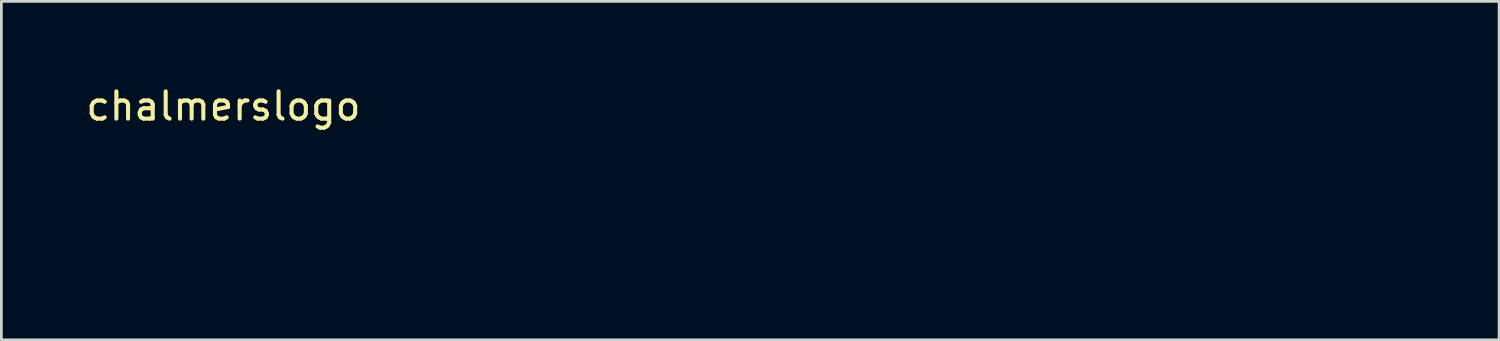
<source format=kicad_pcb>
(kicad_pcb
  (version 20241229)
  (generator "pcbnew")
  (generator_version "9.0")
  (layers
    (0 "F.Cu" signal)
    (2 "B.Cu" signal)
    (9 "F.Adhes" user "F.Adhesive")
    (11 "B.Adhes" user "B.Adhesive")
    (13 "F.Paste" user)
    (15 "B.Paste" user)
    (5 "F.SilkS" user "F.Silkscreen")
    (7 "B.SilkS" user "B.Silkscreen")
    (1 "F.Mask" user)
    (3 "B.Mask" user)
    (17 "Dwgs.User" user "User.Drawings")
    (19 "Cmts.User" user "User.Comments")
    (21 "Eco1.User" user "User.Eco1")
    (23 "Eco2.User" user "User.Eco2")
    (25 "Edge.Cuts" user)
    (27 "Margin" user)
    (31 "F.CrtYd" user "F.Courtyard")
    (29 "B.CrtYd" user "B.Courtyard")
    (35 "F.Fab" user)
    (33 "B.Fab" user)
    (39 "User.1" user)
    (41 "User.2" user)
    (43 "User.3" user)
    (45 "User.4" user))
  (footprint "chalmerslogo"
    (layer "F.Cu")
    (at 5.149 1.348)
    (property "Reference" "chalmerslogo" (at 0 -0.5 0) (unlocked yes) (layer "F.SilkS") (effects (font (size 1 1) (thickness 0.15))))
    (attr smd)
    (fp_poly (pts (xy 18.838 4.092) (xy 21.096 4.092) (xy 21.096 4.939) (xy 17.709 4.939) (xy 17.709 0.423) (xy 18.838 0.423)) (stroke (width 0) (type solid)) (fill yes) (layer "F.Mask"))
    (fp_poly (pts (xy 32.949 1.27) (xy 29.916 1.27) (xy 29.916 2.258) (xy 32.597 2.258) (xy 32.597 3.034) (xy 29.916 3.034) (xy 29.916 4.092) (xy 33.091 4.092) (xy 33.091 4.939) (xy 28.787 4.939) (xy 28.787 0.423) (xy 32.949 0.423)) (stroke (width 0) (type solid)) (fill yes) (layer "F.Mask"))
    (fp_poly (pts (xy 7.267 2.187) (xy 8.594 2.173) (xy 9.913 2.152) (xy 9.934 1.284) (xy 9.955 0.423) (xy 11.007 0.423) (xy 11.007 4.939) (xy 9.948 4.939) (xy 9.948 3.034) (xy 7.267 3.034) (xy 7.267 4.939) (xy 6.138 4.939) (xy 6.138 0.423) (xy 7.267 0.423)) (stroke (width 0) (type solid)) (fill yes) (layer "F.Mask"))
    (fp_poly (pts (xy 14.344 0.445) (xy 14.965 0.459) (xy 16.051 2.695) (xy 17.131 4.939) (xy 15.84 4.939) (xy 15.628 4.445) (xy 15.416 3.951) (xy 13.229 3.951) (xy 13.025 4.445) (xy 12.813 4.939) (xy 11.571 4.939) (xy 11.656 4.734) (xy 12.01 3.986) (xy 12.43 3.111) (xy 13.631 3.111) (xy 13.633 3.118) (xy 13.641 3.124) (xy 13.678 3.136) (xy 13.739 3.146) (xy 13.82 3.155) (xy 14.026 3.168) (xy 14.267 3.176) (xy 14.512 3.177) (xy 14.732 3.172) (xy 14.822 3.167) (xy 14.895 3.16) (xy 14.946 3.151) (xy 14.962 3.145) (xy 14.972 3.14) (xy 14.974 3.131) (xy 14.973 3.115) (xy 14.969 3.092) (xy 14.961 3.063) (xy 14.938 2.988) (xy 14.904 2.892) (xy 14.86 2.778) (xy 14.808 2.651) (xy 14.749 2.511) (xy 14.683 2.364) (xy 14.617 2.214) (xy 14.555 2.075) (xy 14.497 1.949) (xy 14.444 1.84) (xy 14.399 1.749) (xy 14.38 1.712) (xy 14.363 1.681) (xy 14.349 1.656) (xy 14.337 1.638) (xy 14.328 1.627) (xy 14.325 1.624) (xy 14.323 1.623) (xy 14.312 1.636) (xy 14.29 1.673) (xy 14.22 1.81) (xy 14.011 2.245) (xy 13.786 2.742) (xy 13.694 2.954) (xy 13.631 3.111) (xy 12.43 3.111) (xy 12.735 2.477) (xy 13.723 0.423)) (stroke (width 0) (type solid)) (fill yes) (layer "F.Mask"))
    (fp_poly (pts (xy 24.017 1.912) (xy 24.26 2.497) (xy 24.464 2.998) (xy 24.609 3.36) (xy 24.653 3.471) (xy 24.673 3.528) (xy 24.677 3.542) (xy 24.682 3.556) (xy 24.687 3.57) (xy 24.691 3.583) (xy 24.697 3.595) (xy 24.702 3.607) (xy 24.707 3.617) (xy 24.71 3.623) (xy 24.713 3.627) (xy 24.716 3.632) (xy 24.719 3.637) (xy 24.721 3.641) (xy 24.724 3.645) (xy 24.727 3.648) (xy 24.73 3.652) (xy 24.733 3.655) (xy 24.736 3.658) (xy 24.739 3.66) (xy 24.741 3.663) (xy 24.744 3.664) (xy 24.747 3.666) (xy 24.75 3.667) (xy 24.753 3.668) (xy 24.755 3.669) (xy 24.758 3.669) (xy 24.765 3.66) (xy 24.78 3.636) (xy 24.827 3.54) (xy 24.985 3.191) (xy 25.207 2.675) (xy 25.471 2.046) (xy 26.141 0.423) (xy 27.728 0.423) (xy 27.728 4.939) (xy 26.67 4.939) (xy 26.656 3.309) (xy 26.635 1.679) (xy 25.964 3.288) (xy 25.294 4.904) (xy 24.765 4.925) (xy 24.236 4.939) (xy 23.566 3.344) (xy 23.302 2.724) (xy 23.184 2.45) (xy 23.079 2.21) (xy 22.989 2.011) (xy 22.919 1.858) (xy 22.87 1.759) (xy 22.855 1.732) (xy 22.846 1.722) (xy 22.843 1.722) (xy 22.839 1.726) (xy 22.833 1.747) (xy 22.822 1.836) (xy 22.813 1.98) (xy 22.804 2.174) (xy 22.793 2.683) (xy 22.789 3.309) (xy 22.789 4.939) (xy 21.731 4.939) (xy 21.731 0.423) (xy 23.389 0.423)) (stroke (width 0) (type solid)) (fill yes) (layer "F.Mask"))
    (fp_poly (pts (xy 35.828 0.437) (xy 36.445 0.445) (xy 36.696 0.448) (xy 36.914 0.452) (xy 37.101 0.457) (xy 37.261 0.463) (xy 37.396 0.47) (xy 37.456 0.474) (xy 37.51 0.478) (xy 37.56 0.483) (xy 37.606 0.488) (xy 37.647 0.494) (xy 37.686 0.501) (xy 37.721 0.508) (xy 37.754 0.515) (xy 37.785 0.524) (xy 37.813 0.533) (xy 37.841 0.542) (xy 37.867 0.553) (xy 37.892 0.564) (xy 37.917 0.577) (xy 37.968 0.604) (xy 38.022 0.635) (xy 38.105 0.685) (xy 38.182 0.738) (xy 38.254 0.795) (xy 38.319 0.856) (xy 38.378 0.921) (xy 38.432 0.989) (xy 38.479 1.062) (xy 38.521 1.138) (xy 38.556 1.218) (xy 38.586 1.301) (xy 38.61 1.389) (xy 38.629 1.48) (xy 38.641 1.576) (xy 38.648 1.674) (xy 38.648 1.777) (xy 38.643 1.884) (xy 38.631 1.998) (xy 38.613 2.107) (xy 38.602 2.158) (xy 38.589 2.209) (xy 38.575 2.257) (xy 38.559 2.305) (xy 38.542 2.35) (xy 38.523 2.394) (xy 38.502 2.437) (xy 38.48 2.479) (xy 38.457 2.519) (xy 38.431 2.557) (xy 38.404 2.594) (xy 38.376 2.63) (xy 38.346 2.664) (xy 38.314 2.697) (xy 38.281 2.729) (xy 38.246 2.759) (xy 38.209 2.789) (xy 38.171 2.816) (xy 38.13 2.843) (xy 38.089 2.868) (xy 38.045 2.892) (xy 38 2.915) (xy 37.904 2.957) (xy 37.801 2.994) (xy 37.691 3.027) (xy 37.665 3.035) (xy 37.644 3.044) (xy 37.628 3.056) (xy 37.622 3.063) (xy 37.617 3.071) (xy 37.615 3.081) (xy 37.613 3.091) (xy 37.616 3.117) (xy 37.626 3.148) (xy 37.644 3.188) (xy 37.671 3.237) (xy 37.706 3.295) (xy 37.751 3.365) (xy 37.807 3.447) (xy 37.951 3.65) (xy 38.142 3.916) (xy 38.383 4.252) (xy 38.592 4.54) (xy 38.746 4.749) (xy 38.794 4.814) (xy 38.82 4.847) (xy 38.828 4.86) (xy 38.832 4.871) (xy 38.831 4.882) (xy 38.824 4.891) (xy 38.812 4.9) (xy 38.795 4.907) (xy 38.771 4.914) (xy 38.74 4.919) (xy 38.703 4.924) (xy 38.659 4.928) (xy 38.548 4.934) (xy 38.405 4.938) (xy 38.227 4.939) (xy 37.564 4.939) (xy 36.943 4.022) (xy 36.322 3.104) (xy 35.066 3.104) (xy 35.066 4.939) (xy 33.937 4.939) (xy 33.937 1.185) (xy 35.066 1.185) (xy 35.066 2.328) (xy 36.075 2.328) (xy 36.27 2.328) (xy 36.446 2.325) (xy 36.603 2.321) (xy 36.675 2.318) (xy 36.743 2.315) (xy 36.807 2.311) (xy 36.867 2.306) (xy 36.924 2.3) (xy 36.976 2.294) (xy 37.026 2.287) (xy 37.072 2.279) (xy 37.115 2.271) (xy 37.155 2.261) (xy 37.191 2.251) (xy 37.226 2.24) (xy 37.257 2.227) (xy 37.286 2.214) (xy 37.313 2.2) (xy 37.338 2.184) (xy 37.36 2.168) (xy 37.381 2.15) (xy 37.4 2.131) (xy 37.417 2.111) (xy 37.432 2.089) (xy 37.447 2.066) (xy 37.46 2.042) (xy 37.472 2.017) (xy 37.483 1.99) (xy 37.493 1.961) (xy 37.5 1.941) (xy 37.505 1.919) (xy 37.51 1.896) (xy 37.513 1.873) (xy 37.515 1.85) (xy 37.516 1.826) (xy 37.516 1.801) (xy 37.515 1.776) (xy 37.514 1.751) (xy 37.511 1.726) (xy 37.502 1.676) (xy 37.491 1.626) (xy 37.476 1.577) (xy 37.458 1.53) (xy 37.437 1.485) (xy 37.426 1.463) (xy 37.414 1.442) (xy 37.401 1.423) (xy 37.388 1.404) (xy 37.374 1.386) (xy 37.36 1.37) (xy 37.346 1.354) (xy 37.331 1.34) (xy 37.316 1.327) (xy 37.3 1.316) (xy 37.284 1.306) (xy 37.267 1.298) (xy 37.221 1.287) (xy 37.137 1.276) (xy 37.021 1.265) (xy 36.877 1.253) (xy 36.522 1.232) (xy 36.11 1.214) (xy 35.066 1.185) (xy 33.937 1.185) (xy 33.937 0.416)) (stroke (width 0) (type solid)) (fill yes) (layer "F.Mask"))
    (fp_poly (pts (xy 3.067 0.302) (xy 3.219 0.308) (xy 3.371 0.319) (xy 3.521 0.335) (xy 3.668 0.356) (xy 3.813 0.382) (xy 3.954 0.413) (xy 4.09 0.448) (xy 4.222 0.488) (xy 4.347 0.533) (xy 4.467 0.582) (xy 4.579 0.635) (xy 4.643 0.669) (xy 4.711 0.71) (xy 4.781 0.757) (xy 4.852 0.808) (xy 4.924 0.863) (xy 4.995 0.921) (xy 5.064 0.981) (xy 5.13 1.042) (xy 5.193 1.102) (xy 5.25 1.161) (xy 5.302 1.218) (xy 5.346 1.271) (xy 5.382 1.32) (xy 5.397 1.343) (xy 5.41 1.364) (xy 5.42 1.384) (xy 5.427 1.402) (xy 5.431 1.418) (xy 5.433 1.432) (xy 5.432 1.438) (xy 5.43 1.443) (xy 5.423 1.456) (xy 5.411 1.469) (xy 5.394 1.483) (xy 5.373 1.498) (xy 5.348 1.514) (xy 5.318 1.53) (xy 5.285 1.547) (xy 5.209 1.582) (xy 5.12 1.619) (xy 5.02 1.656) (xy 4.911 1.693) (xy 4.381 1.856) (xy 4.17 1.63) (xy 4.116 1.575) (xy 4.061 1.524) (xy 4.004 1.477) (xy 3.944 1.435) (xy 3.883 1.396) (xy 3.82 1.36) (xy 3.753 1.329) (xy 3.685 1.301) (xy 3.613 1.277) (xy 3.539 1.256) (xy 3.461 1.238) (xy 3.38 1.224) (xy 3.296 1.213) (xy 3.208 1.205) (xy 3.116 1.201) (xy 3.02 1.199) (xy 2.946 1.201) (xy 2.873 1.205) (xy 2.802 1.212) (xy 2.732 1.221) (xy 2.663 1.232) (xy 2.596 1.245) (xy 2.531 1.261) (xy 2.467 1.278) (xy 2.405 1.298) (xy 2.344 1.321) (xy 2.285 1.345) (xy 2.227 1.371) (xy 2.172 1.4) (xy 2.118 1.431) (xy 2.066 1.464) (xy 2.015 1.498) (xy 1.967 1.535) (xy 1.92 1.574) (xy 1.875 1.615) (xy 1.833 1.658) (xy 1.792 1.703) (xy 1.753 1.75) (xy 1.716 1.799) (xy 1.681 1.849) (xy 1.649 1.902) (xy 1.618 1.956) (xy 1.59 2.013) (xy 1.564 2.071) (xy 1.54 2.131) (xy 1.518 2.192) (xy 1.499 2.256) (xy 1.482 2.321) (xy 1.459 2.435) (xy 1.444 2.546) (xy 1.438 2.656) (xy 1.439 2.763) (xy 1.448 2.868) (xy 1.464 2.971) (xy 1.488 3.07) (xy 1.518 3.166) (xy 1.555 3.259) (xy 1.598 3.349) (xy 1.648 3.435) (xy 1.703 3.518) (xy 1.764 3.596) (xy 1.831 3.67) (xy 1.902 3.74) (xy 1.979 3.806) (xy 2.06 3.866) (xy 2.146 3.922) (xy 2.236 3.972) (xy 2.33 4.018) (xy 2.428 4.057) (xy 2.53 4.092) (xy 2.634 4.12) (xy 2.742 4.142) (xy 2.852 4.158) (xy 2.965 4.167) (xy 3.08 4.17) (xy 3.198 4.166) (xy 3.317 4.155) (xy 3.438 4.137) (xy 3.56 4.111) (xy 3.683 4.078) (xy 3.716 4.068) (xy 3.75 4.055) (xy 3.785 4.04) (xy 3.819 4.023) (xy 3.854 4.005) (xy 3.89 3.984) (xy 3.925 3.961) (xy 3.96 3.937) (xy 3.995 3.911) (xy 4.03 3.884) (xy 4.064 3.855) (xy 4.098 3.824) (xy 4.131 3.792) (xy 4.164 3.759) (xy 4.195 3.725) (xy 4.226 3.69) (xy 4.501 3.387) (xy 5.073 3.387) (xy 5.262 3.387) (xy 5.338 3.388) (xy 5.404 3.389) (xy 5.433 3.39) (xy 5.459 3.391) (xy 5.483 3.393) (xy 5.505 3.395) (xy 5.524 3.397) (xy 5.541 3.4) (xy 5.557 3.403) (xy 5.57 3.406) (xy 5.582 3.41) (xy 5.592 3.414) (xy 5.596 3.417) (xy 5.6 3.419) (xy 5.604 3.422) (xy 5.607 3.425) (xy 5.61 3.427) (xy 5.612 3.431) (xy 5.615 3.434) (xy 5.616 3.437) (xy 5.618 3.441) (xy 5.619 3.444) (xy 5.621 3.452) (xy 5.621 3.461) (xy 5.621 3.47) (xy 5.619 3.48) (xy 5.617 3.491) (xy 5.614 3.502) (xy 5.611 3.515) (xy 5.602 3.542) (xy 5.567 3.643) (xy 5.522 3.744) (xy 5.469 3.844) (xy 5.408 3.944) (xy 5.34 4.042) (xy 5.264 4.138) (xy 5.182 4.231) (xy 5.094 4.322) (xy 5.001 4.408) (xy 4.903 4.491) (xy 4.801 4.569) (xy 4.695 4.641) (xy 4.586 4.708) (xy 4.475 4.769) (xy 4.362 4.822) (xy 4.247 4.868) (xy 4.148 4.903) (xy 4.04 4.934) (xy 3.924 4.962) (xy 3.802 4.988) (xy 3.676 5.01) (xy 3.545 5.029) (xy 3.411 5.044) (xy 3.275 5.056) (xy 3.138 5.065) (xy 3.001 5.069) (xy 2.866 5.071) (xy 2.732 5.068) (xy 2.603 5.061) (xy 2.477 5.05) (xy 2.357 5.036) (xy 2.244 5.016) (xy 2.138 4.993) (xy 2.031 4.964) (xy 1.924 4.931) (xy 1.816 4.893) (xy 1.709 4.852) (xy 1.603 4.807) (xy 1.499 4.759) (xy 1.398 4.708) (xy 1.3 4.654) (xy 1.206 4.599) (xy 1.118 4.541) (xy 1.034 4.483) (xy 0.957 4.423) (xy 0.887 4.362) (xy 0.824 4.301) (xy 0.769 4.24) (xy 0.685 4.128) (xy 0.609 4.005) (xy 0.539 3.872) (xy 0.477 3.73) (xy 0.423 3.581) (xy 0.377 3.425) (xy 0.339 3.265) (xy 0.31 3.101) (xy 0.288 2.935) (xy 0.276 2.767) (xy 0.272 2.6) (xy 0.278 2.435) (xy 0.293 2.272) (xy 0.317 2.113) (xy 0.351 1.96) (xy 0.395 1.813) (xy 0.447 1.683) (xy 0.511 1.556) (xy 0.586 1.432) (xy 0.673 1.311) (xy 0.77 1.195) (xy 0.877 1.083) (xy 0.993 0.977) (xy 1.117 0.877) (xy 1.248 0.783) (xy 1.386 0.696) (xy 1.53 0.616) (xy 1.679 0.545) (xy 1.833 0.483) (xy 1.99 0.429) (xy 2.151 0.386) (xy 2.314 0.353) (xy 2.461 0.332) (xy 2.611 0.316) (xy 2.762 0.306) (xy 2.914 0.302)) (stroke (width 0) (type solid)) (fill yes) (layer "F.Mask"))
    (fp_poly (pts (xy 41.619 0.308) (xy 41.763 0.315) (xy 41.906 0.325) (xy 42.047 0.339) (xy 42.186 0.356) (xy 42.319 0.377) (xy 42.446 0.401) (xy 42.566 0.429) (xy 42.677 0.46) (xy 42.778 0.494) (xy 42.816 0.509) (xy 42.855 0.526) (xy 42.939 0.568) (xy 43.027 0.616) (xy 43.117 0.67) (xy 43.209 0.729) (xy 43.299 0.792) (xy 43.388 0.856) (xy 43.472 0.921) (xy 43.55 0.985) (xy 43.622 1.047) (xy 43.684 1.106) (xy 43.735 1.161) (xy 43.756 1.186) (xy 43.774 1.209) (xy 43.789 1.231) (xy 43.799 1.25) (xy 43.806 1.268) (xy 43.809 1.283) (xy 43.807 1.295) (xy 43.801 1.305) (xy 43.794 1.31) (xy 43.783 1.316) (xy 43.746 1.332) (xy 43.692 1.352) (xy 43.624 1.376) (xy 43.543 1.402) (xy 43.453 1.43) (xy 43.354 1.459) (xy 43.251 1.489) (xy 43.166 1.514) (xy 43.09 1.535) (xy 43.024 1.553) (xy 42.994 1.561) (xy 42.966 1.569) (xy 42.939 1.575) (xy 42.915 1.581) (xy 42.892 1.585) (xy 42.871 1.589) (xy 42.852 1.593) (xy 42.834 1.595) (xy 42.817 1.597) (xy 42.802 1.598) (xy 42.788 1.598) (xy 42.775 1.598) (xy 42.763 1.597) (xy 42.752 1.595) (xy 42.746 1.594) (xy 42.742 1.592) (xy 42.737 1.591) (xy 42.732 1.589) (xy 42.728 1.587) (xy 42.724 1.585) (xy 42.72 1.582) (xy 42.716 1.58) (xy 42.708 1.575) (xy 42.701 1.568) (xy 42.695 1.561) (xy 42.689 1.554) (xy 42.683 1.546) (xy 42.677 1.537) (xy 42.671 1.527) (xy 42.665 1.517) (xy 42.638 1.477) (xy 42.603 1.437) (xy 42.56 1.4) (xy 42.51 1.364) (xy 42.453 1.33) (xy 42.389 1.298) (xy 42.32 1.268) (xy 42.245 1.241) (xy 42.165 1.216) (xy 42.081 1.194) (xy 41.993 1.175) (xy 41.901 1.159) (xy 41.806 1.146) (xy 41.709 1.137) (xy 41.609 1.131) (xy 41.508 1.129) (xy 41.401 1.13) (xy 41.302 1.132) (xy 41.211 1.137) (xy 41.127 1.144) (xy 41.088 1.148) (xy 41.051 1.153) (xy 41.015 1.158) (xy 40.98 1.164) (xy 40.947 1.17) (xy 40.916 1.178) (xy 40.886 1.186) (xy 40.857 1.194) (xy 40.829 1.203) (xy 40.803 1.213) (xy 40.778 1.224) (xy 40.754 1.236) (xy 40.731 1.248) (xy 40.709 1.261) (xy 40.688 1.275) (xy 40.668 1.29) (xy 40.649 1.305) (xy 40.631 1.322) (xy 40.613 1.339) (xy 40.596 1.357) (xy 40.58 1.376) (xy 40.564 1.396) (xy 40.549 1.417) (xy 40.534 1.439) (xy 40.518 1.464) (xy 40.504 1.487) (xy 40.491 1.509) (xy 40.481 1.53) (xy 40.473 1.55) (xy 40.469 1.56) (xy 40.466 1.569) (xy 40.463 1.579) (xy 40.461 1.588) (xy 40.46 1.598) (xy 40.458 1.607) (xy 40.458 1.616) (xy 40.457 1.625) (xy 40.457 1.635) (xy 40.458 1.644) (xy 40.459 1.653) (xy 40.46 1.662) (xy 40.462 1.672) (xy 40.465 1.681) (xy 40.471 1.701) (xy 40.478 1.721) (xy 40.488 1.742) (xy 40.499 1.764) (xy 40.52 1.801) (xy 40.544 1.834) (xy 40.572 1.865) (xy 40.606 1.894) (xy 40.646 1.92) (xy 40.694 1.945) (xy 40.75 1.969) (xy 40.816 1.991) (xy 40.893 2.014) (xy 40.983 2.036) (xy 41.201 2.081) (xy 41.482 2.131) (xy 41.832 2.187) (xy 42.016 2.218) (xy 42.2 2.251) (xy 42.379 2.285) (xy 42.547 2.32) (xy 42.7 2.353) (xy 42.833 2.386) (xy 42.94 2.415) (xy 42.983 2.429) (xy 43.018 2.441) (xy 43.123 2.485) (xy 43.22 2.536) (xy 43.31 2.593) (xy 43.392 2.655) (xy 43.466 2.723) (xy 43.532 2.796) (xy 43.591 2.874) (xy 43.643 2.955) (xy 43.686 3.04) (xy 43.723 3.128) (xy 43.752 3.218) (xy 43.774 3.311) (xy 43.788 3.405) (xy 43.795 3.501) (xy 43.796 3.597) (xy 43.789 3.694) (xy 43.774 3.79) (xy 43.753 3.886) (xy 43.725 3.98) (xy 43.69 4.074) (xy 43.648 4.165) (xy 43.6 4.253) (xy 43.544 4.339) (xy 43.482 4.422) (xy 43.413 4.5) (xy 43.338 4.574) (xy 43.256 4.644) (xy 43.167 4.708) (xy 43.073 4.767) (xy 42.971 4.819) (xy 42.864 4.865) (xy 42.75 4.904) (xy 42.527 4.962) (xy 42.301 5.007) (xy 42.071 5.04) (xy 41.841 5.061) (xy 41.61 5.069) (xy 41.381 5.066) (xy 41.155 5.051) (xy 40.934 5.024) (xy 40.718 4.987) (xy 40.511 4.938) (xy 40.312 4.879) (xy 40.123 4.809) (xy 39.947 4.729) (xy 39.784 4.64) (xy 39.708 4.591) (xy 39.636 4.54) (xy 39.568 4.487) (xy 39.504 4.431) (xy 39.465 4.393) (xy 39.426 4.353) (xy 39.387 4.31) (xy 39.348 4.265) (xy 39.31 4.219) (xy 39.273 4.173) (xy 39.239 4.128) (xy 39.207 4.083) (xy 39.178 4.041) (xy 39.152 4.001) (xy 39.13 3.964) (xy 39.112 3.931) (xy 39.099 3.903) (xy 39.095 3.89) (xy 39.092 3.88) (xy 39.09 3.87) (xy 39.09 3.863) (xy 39.092 3.857) (xy 39.095 3.852) (xy 39.1 3.849) (xy 39.11 3.844) (xy 39.142 3.831) (xy 39.19 3.813) (xy 39.252 3.792) (xy 39.325 3.769) (xy 39.406 3.743) (xy 39.495 3.717) (xy 39.589 3.69) (xy 40.054 3.549) (xy 40.273 3.782) (xy 40.316 3.823) (xy 40.362 3.863) (xy 40.412 3.9) (xy 40.466 3.936) (xy 40.583 4.002) (xy 40.71 4.06) (xy 40.848 4.109) (xy 40.992 4.15) (xy 41.142 4.183) (xy 41.295 4.206) (xy 41.45 4.22) (xy 41.605 4.225) (xy 41.757 4.22) (xy 41.905 4.205) (xy 42.047 4.181) (xy 42.181 4.145) (xy 42.245 4.124) (xy 42.306 4.1) (xy 42.363 4.073) (xy 42.418 4.043) (xy 42.462 4.016) (xy 42.502 3.99) (xy 42.537 3.963) (xy 42.569 3.935) (xy 42.583 3.921) (xy 42.596 3.907) (xy 42.608 3.892) (xy 42.619 3.877) (xy 42.629 3.862) (xy 42.639 3.847) (xy 42.647 3.831) (xy 42.654 3.815) (xy 42.661 3.799) (xy 42.666 3.782) (xy 42.671 3.765) (xy 42.675 3.747) (xy 42.678 3.729) (xy 42.68 3.711) (xy 42.681 3.691) (xy 42.682 3.672) (xy 42.68 3.631) (xy 42.676 3.587) (xy 42.668 3.541) (xy 42.658 3.493) (xy 42.645 3.454) (xy 42.628 3.42) (xy 42.606 3.388) (xy 42.576 3.358) (xy 42.539 3.33) (xy 42.493 3.305) (xy 42.437 3.28) (xy 42.37 3.257) (xy 42.291 3.235) (xy 42.199 3.212) (xy 42.093 3.19) (xy 41.971 3.168) (xy 41.678 3.121) (xy 41.31 3.069) (xy 41.139 3.044) (xy 40.975 3.017) (xy 40.821 2.987) (xy 40.675 2.955) (xy 40.537 2.921) (xy 40.407 2.884) (xy 40.286 2.845) (xy 40.173 2.804) (xy 40.067 2.76) (xy 39.97 2.714) (xy 39.881 2.665) (xy 39.8 2.614) (xy 39.763 2.587) (xy 39.727 2.56) (xy 39.693 2.532) (xy 39.661 2.504) (xy 39.631 2.475) (xy 39.604 2.446) (xy 39.578 2.416) (xy 39.553 2.385) (xy 39.539 2.362) (xy 39.525 2.337) (xy 39.511 2.309) (xy 39.497 2.279) (xy 39.484 2.246) (xy 39.471 2.212) (xy 39.459 2.176) (xy 39.448 2.138) (xy 39.437 2.099) (xy 39.427 2.059) (xy 39.417 2.018) (xy 39.409 1.976) (xy 39.401 1.934) (xy 39.394 1.891) (xy 39.389 1.849) (xy 39.384 1.806) (xy 39.38 1.74) (xy 39.38 1.675) (xy 39.382 1.611) (xy 39.388 1.549) (xy 39.396 1.488) (xy 39.408 1.428) (xy 39.422 1.369) (xy 39.44 1.312) (xy 39.46 1.256) (xy 39.483 1.201) (xy 39.51 1.148) (xy 39.539 1.096) (xy 39.571 1.045) (xy 39.606 0.996) (xy 39.644 0.948) (xy 39.685 0.902) (xy 39.728 0.857) (xy 39.775 0.814) (xy 39.824 0.772) (xy 39.876 0.732) (xy 39.931 0.694) (xy 39.988 0.656) (xy 40.111 0.587) (xy 40.245 0.524) (xy 40.39 0.467) (xy 40.545 0.417) (xy 40.711 0.374) (xy 40.82 0.352) (xy 40.939 0.335) (xy 41.065 0.322) (xy 41.197 0.312) (xy 41.335 0.307) (xy 41.476 0.306)) (stroke (width 0) (type solid)) (fill yes) (layer "F.Mask")))
  (gr_rect
    (start -3 -3)
    (end 51.958 9.419)
    (stroke (width 0.1) (type default))
    (fill no)
    (layer "Edge.Cuts")))
</source>
